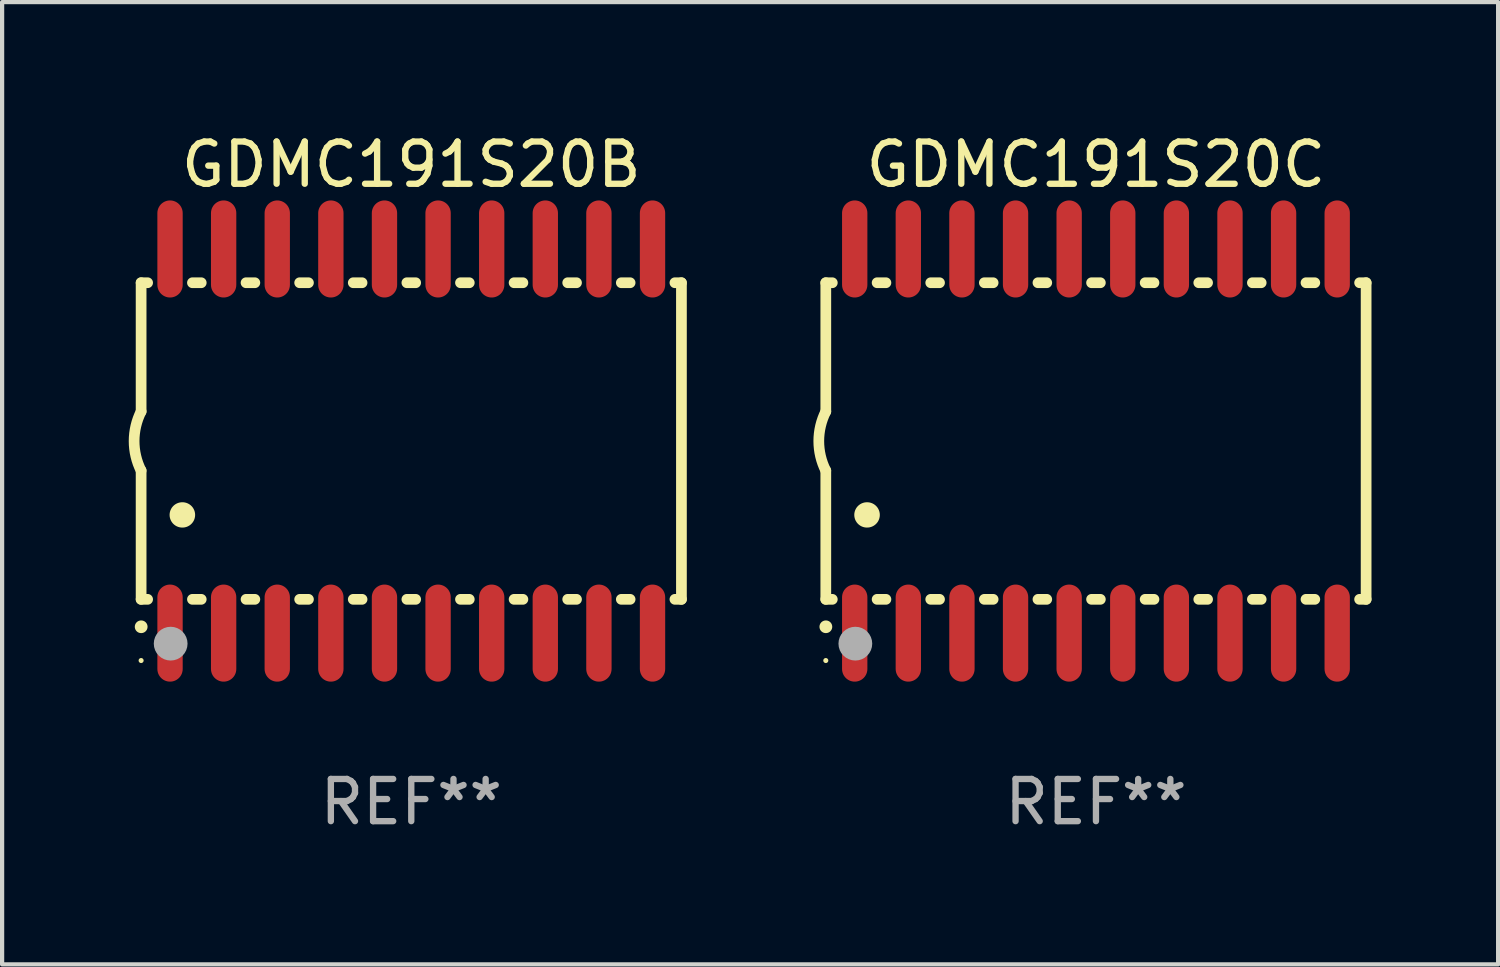
<source format=kicad_pcb>
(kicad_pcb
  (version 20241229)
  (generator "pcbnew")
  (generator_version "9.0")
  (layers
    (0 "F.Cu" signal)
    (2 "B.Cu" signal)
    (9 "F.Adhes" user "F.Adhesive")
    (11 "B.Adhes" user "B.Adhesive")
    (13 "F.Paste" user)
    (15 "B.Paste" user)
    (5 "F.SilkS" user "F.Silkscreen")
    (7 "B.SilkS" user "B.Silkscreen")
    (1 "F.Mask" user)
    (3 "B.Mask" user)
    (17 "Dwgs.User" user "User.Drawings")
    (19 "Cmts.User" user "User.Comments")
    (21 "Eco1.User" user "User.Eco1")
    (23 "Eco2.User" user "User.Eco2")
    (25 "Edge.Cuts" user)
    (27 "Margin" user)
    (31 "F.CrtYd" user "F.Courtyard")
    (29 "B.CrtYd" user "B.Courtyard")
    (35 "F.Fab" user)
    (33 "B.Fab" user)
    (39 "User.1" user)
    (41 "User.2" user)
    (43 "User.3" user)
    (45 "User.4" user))
  (footprint "GDMC191S20C"
    (layer "F.Cu")
    (at 22.913 7.398)
    (property "Reference" "GDMC191S20C" (at 0 -6.55 0) (layer "F.SilkS") (effects (font (size 1 1) (thickness 0.15))))
    (attr through_hole)
    (fp_line (start -6.4 -3.75) (end -6.4 -0.7) (stroke (width 0.254) (type solid)) (layer "F.SilkS"))
    (fp_line (start -6.4 -3.75) (end -6.246 -3.75) (stroke (width 0.254) (type solid)) (layer "F.SilkS"))
    (fp_line (start -6.4 3.75) (end -6.4 0.7) (stroke (width 0.254) (type solid)) (layer "F.SilkS"))
    (fp_line (start -6.246 3.75) (end -6.4 3.75) (stroke (width 0.254) (type solid)) (layer "F.SilkS"))
    (fp_line (start -5.184 -3.75) (end -4.976 -3.75) (stroke (width 0.254) (type solid)) (layer "F.SilkS"))
    (fp_line (start -4.976 3.75) (end -5.184 3.75) (stroke (width 0.254) (type solid)) (layer "F.SilkS"))
    (fp_line (start -3.914 -3.75) (end -3.706 -3.75) (stroke (width 0.254) (type solid)) (layer "F.SilkS"))
    (fp_line (start -3.706 3.75) (end -3.914 3.75) (stroke (width 0.254) (type solid)) (layer "F.SilkS"))
    (fp_line (start -2.644 -3.75) (end -2.436 -3.75) (stroke (width 0.254) (type solid)) (layer "F.SilkS"))
    (fp_line (start -2.436 3.75) (end -2.644 3.75) (stroke (width 0.254) (type solid)) (layer "F.SilkS"))
    (fp_line (start -1.374 -3.75) (end -1.166 -3.75) (stroke (width 0.254) (type solid)) (layer "F.SilkS"))
    (fp_line (start -1.166 3.75) (end -1.374 3.75) (stroke (width 0.254) (type solid)) (layer "F.SilkS"))
    (fp_line (start -0.104 -3.75) (end 0.104 -3.75) (stroke (width 0.254) (type solid)) (layer "F.SilkS"))
    (fp_line (start 0.104 3.75) (end -0.104 3.75) (stroke (width 0.254) (type solid)) (layer "F.SilkS"))
    (fp_line (start 1.166 -3.75) (end 1.374 -3.75) (stroke (width 0.254) (type solid)) (layer "F.SilkS"))
    (fp_line (start 1.374 3.75) (end 1.166 3.75) (stroke (width 0.254) (type solid)) (layer "F.SilkS"))
    (fp_line (start 2.436 -3.75) (end 2.644 -3.75) (stroke (width 0.254) (type solid)) (layer "F.SilkS"))
    (fp_line (start 2.644 3.75) (end 2.436 3.75) (stroke (width 0.254) (type solid)) (layer "F.SilkS"))
    (fp_line (start 3.706 -3.75) (end 3.914 -3.75) (stroke (width 0.254) (type solid)) (layer "F.SilkS"))
    (fp_line (start 3.914 3.75) (end 3.706 3.75) (stroke (width 0.254) (type solid)) (layer "F.SilkS"))
    (fp_line (start 4.976 -3.75) (end 5.184 -3.75) (stroke (width 0.254) (type solid)) (layer "F.SilkS"))
    (fp_line (start 5.184 3.75) (end 4.976 3.75) (stroke (width 0.254) (type solid)) (layer "F.SilkS"))
    (fp_line (start 6.246 -3.75) (end 6.4 -3.75) (stroke (width 0.254) (type solid)) (layer "F.SilkS"))
    (fp_line (start 6.4 -3.75) (end 6.4 3.75) (stroke (width 0.254) (type solid)) (layer "F.SilkS"))
    (fp_line (start 6.4 3.75) (end 6.246 3.75) (stroke (width 0.254) (type solid)) (layer "F.SilkS"))
    (fp_arc (start -6.400812 0.701041) (mid -6.565912 0.000428) (end -6.400025 -0.7) (stroke (width 0.254001) (type solid)) (layer "F.SilkS"))
    (fp_arc (start -6.400025 4.4) (mid -6.398755 4.399995) (end -6.397485 4.4) (stroke (width 0.3) (type solid)) (layer "F.SilkS"))
    (fp_arc (start -5.425451 1.750064) (mid -5.422911 1.750053) (end -5.420371 1.750064) (stroke (width 0.6) (type solid)) (layer "F.SilkS"))
    (fp_circle (center -6.4 5.2) (end -6.37 5.2) (stroke (width 0.06) (type solid)) (fill no) (layer "F.SilkS"))
    (fp_circle (center -5.7 4.8) (end -5.5 4.8) (stroke (width 0.4) (type solid)) (fill no) (layer "F.Fab"))
    (fp_text user "REF**" (at 0 8.55 0) (layer "F.Fab") (effects (font (size 1 1) (thickness 0.15))))
    (pad "1" smd oval (at -5.715 4.55 180) (size 0.6 2.3) (layers "F.Cu" "F.Mask" "F.Paste"))
    (pad "2" smd oval (at -4.445 4.55 180) (size 0.6 2.3) (layers "F.Cu" "F.Mask" "F.Paste"))
    (pad "3" smd oval (at -3.175 4.55 180) (size 0.6 2.3) (layers "F.Cu" "F.Mask" "F.Paste"))
    (pad "4" smd oval (at -1.905 4.55 180) (size 0.6 2.3) (layers "F.Cu" "F.Mask" "F.Paste"))
    (pad "5" smd oval (at -0.635 4.55 180) (size 0.6 2.3) (layers "F.Cu" "F.Mask" "F.Paste"))
    (pad "6" smd oval (at 0.635 4.55 180) (size 0.6 2.3) (layers "F.Cu" "F.Mask" "F.Paste"))
    (pad "7" smd oval (at 1.905 4.55 180) (size 0.6 2.3) (layers "F.Cu" "F.Mask" "F.Paste"))
    (pad "8" smd oval (at 3.175 4.55 180) (size 0.6 2.3) (layers "F.Cu" "F.Mask" "F.Paste"))
    (pad "9" smd oval (at 4.445 4.55 180) (size 0.6 2.3) (layers "F.Cu" "F.Mask" "F.Paste"))
    (pad "10" smd oval (at 5.715 4.55 180) (size 0.6 2.3) (layers "F.Cu" "F.Mask" "F.Paste"))
    (pad "11" smd oval (at 5.715 -4.55 180) (size 0.6 2.3) (layers "F.Cu" "F.Mask" "F.Paste"))
    (pad "12" smd oval (at 4.445 -4.55 180) (size 0.6 2.3) (layers "F.Cu" "F.Mask" "F.Paste"))
    (pad "13" smd oval (at 3.175 -4.55 180) (size 0.6 2.3) (layers "F.Cu" "F.Mask" "F.Paste"))
    (pad "14" smd oval (at 1.905 -4.55 180) (size 0.6 2.3) (layers "F.Cu" "F.Mask" "F.Paste"))
    (pad "15" smd oval (at 0.635 -4.55 180) (size 0.6 2.3) (layers "F.Cu" "F.Mask" "F.Paste"))
    (pad "16" smd oval (at -0.635 -4.55 180) (size 0.6 2.3) (layers "F.Cu" "F.Mask" "F.Paste"))
    (pad "17" smd oval (at -1.905 -4.55 180) (size 0.6 2.3) (layers "F.Cu" "F.Mask" "F.Paste"))
    (pad "18" smd oval (at -3.175 -4.55 180) (size 0.6 2.3) (layers "F.Cu" "F.Mask" "F.Paste"))
    (pad "19" smd oval (at -4.445 -4.55 180) (size 0.6 2.3) (layers "F.Cu" "F.Mask" "F.Paste"))
    (pad "20" smd oval (at -5.715 -4.55 180) (size 0.6 2.3) (layers "F.Cu" "F.Mask" "F.Paste")))
  (footprint "GDMC191S20B"
    (layer "F.Cu")
    (at 6.693 7.398)
    (property "Reference" "GDMC191S20B" (at 0 -6.55 0) (layer "F.SilkS") (effects (font (size 1 1) (thickness 0.15))))
    (attr through_hole)
    (fp_line (start -6.4 -3.75) (end -6.4 -0.7) (stroke (width 0.254) (type solid)) (layer "F.SilkS"))
    (fp_line (start -6.4 -3.75) (end -6.246 -3.75) (stroke (width 0.254) (type solid)) (layer "F.SilkS"))
    (fp_line (start -6.4 3.75) (end -6.4 0.7) (stroke (width 0.254) (type solid)) (layer "F.SilkS"))
    (fp_line (start -6.246 3.75) (end -6.4 3.75) (stroke (width 0.254) (type solid)) (layer "F.SilkS"))
    (fp_line (start -5.184 -3.75) (end -4.976 -3.75) (stroke (width 0.254) (type solid)) (layer "F.SilkS"))
    (fp_line (start -4.976 3.75) (end -5.184 3.75) (stroke (width 0.254) (type solid)) (layer "F.SilkS"))
    (fp_line (start -3.914 -3.75) (end -3.706 -3.75) (stroke (width 0.254) (type solid)) (layer "F.SilkS"))
    (fp_line (start -3.706 3.75) (end -3.914 3.75) (stroke (width 0.254) (type solid)) (layer "F.SilkS"))
    (fp_line (start -2.644 -3.75) (end -2.436 -3.75) (stroke (width 0.254) (type solid)) (layer "F.SilkS"))
    (fp_line (start -2.436 3.75) (end -2.644 3.75) (stroke (width 0.254) (type solid)) (layer "F.SilkS"))
    (fp_line (start -1.374 -3.75) (end -1.166 -3.75) (stroke (width 0.254) (type solid)) (layer "F.SilkS"))
    (fp_line (start -1.166 3.75) (end -1.374 3.75) (stroke (width 0.254) (type solid)) (layer "F.SilkS"))
    (fp_line (start -0.104 -3.75) (end 0.104 -3.75) (stroke (width 0.254) (type solid)) (layer "F.SilkS"))
    (fp_line (start 0.104 3.75) (end -0.104 3.75) (stroke (width 0.254) (type solid)) (layer "F.SilkS"))
    (fp_line (start 1.166 -3.75) (end 1.374 -3.75) (stroke (width 0.254) (type solid)) (layer "F.SilkS"))
    (fp_line (start 1.374 3.75) (end 1.166 3.75) (stroke (width 0.254) (type solid)) (layer "F.SilkS"))
    (fp_line (start 2.436 -3.75) (end 2.644 -3.75) (stroke (width 0.254) (type solid)) (layer "F.SilkS"))
    (fp_line (start 2.644 3.75) (end 2.436 3.75) (stroke (width 0.254) (type solid)) (layer "F.SilkS"))
    (fp_line (start 3.706 -3.75) (end 3.914 -3.75) (stroke (width 0.254) (type solid)) (layer "F.SilkS"))
    (fp_line (start 3.914 3.75) (end 3.706 3.75) (stroke (width 0.254) (type solid)) (layer "F.SilkS"))
    (fp_line (start 4.976 -3.75) (end 5.184 -3.75) (stroke (width 0.254) (type solid)) (layer "F.SilkS"))
    (fp_line (start 5.184 3.75) (end 4.976 3.75) (stroke (width 0.254) (type solid)) (layer "F.SilkS"))
    (fp_line (start 6.246 -3.75) (end 6.4 -3.75) (stroke (width 0.254) (type solid)) (layer "F.SilkS"))
    (fp_line (start 6.4 -3.75) (end 6.4 3.75) (stroke (width 0.254) (type solid)) (layer "F.SilkS"))
    (fp_line (start 6.4 3.75) (end 6.246 3.75) (stroke (width 0.254) (type solid)) (layer "F.SilkS"))
    (fp_arc (start -6.400812 0.701041) (mid -6.565912 0.000428) (end -6.400025 -0.7) (stroke (width 0.254001) (type solid)) (layer "F.SilkS"))
    (fp_arc (start -6.400025 4.4) (mid -6.398755 4.399995) (end -6.397485 4.4) (stroke (width 0.3) (type solid)) (layer "F.SilkS"))
    (fp_arc (start -5.425451 1.750064) (mid -5.422911 1.750053) (end -5.420371 1.750064) (stroke (width 0.6) (type solid)) (layer "F.SilkS"))
    (fp_circle (center -6.4 5.2) (end -6.37 5.2) (stroke (width 0.06) (type solid)) (fill no) (layer "F.SilkS"))
    (fp_circle (center -5.7 4.8) (end -5.5 4.8) (stroke (width 0.4) (type solid)) (fill no) (layer "F.Fab"))
    (fp_text user "REF**" (at 0 8.55 0) (layer "F.Fab") (effects (font (size 1 1) (thickness 0.15))))
    (pad "1" smd oval (at -5.715 4.55 180) (size 0.6 2.3) (layers "F.Cu" "F.Mask" "F.Paste"))
    (pad "2" smd oval (at -4.445 4.55 180) (size 0.6 2.3) (layers "F.Cu" "F.Mask" "F.Paste"))
    (pad "3" smd oval (at -3.175 4.55 180) (size 0.6 2.3) (layers "F.Cu" "F.Mask" "F.Paste"))
    (pad "4" smd oval (at -1.905 4.55 180) (size 0.6 2.3) (layers "F.Cu" "F.Mask" "F.Paste"))
    (pad "5" smd oval (at -0.635 4.55 180) (size 0.6 2.3) (layers "F.Cu" "F.Mask" "F.Paste"))
    (pad "6" smd oval (at 0.635 4.55 180) (size 0.6 2.3) (layers "F.Cu" "F.Mask" "F.Paste"))
    (pad "7" smd oval (at 1.905 4.55 180) (size 0.6 2.3) (layers "F.Cu" "F.Mask" "F.Paste"))
    (pad "8" smd oval (at 3.175 4.55 180) (size 0.6 2.3) (layers "F.Cu" "F.Mask" "F.Paste"))
    (pad "9" smd oval (at 4.445 4.55 180) (size 0.6 2.3) (layers "F.Cu" "F.Mask" "F.Paste"))
    (pad "10" smd oval (at 5.715 4.55 180) (size 0.6 2.3) (layers "F.Cu" "F.Mask" "F.Paste"))
    (pad "11" smd oval (at 5.715 -4.55 180) (size 0.6 2.3) (layers "F.Cu" "F.Mask" "F.Paste"))
    (pad "12" smd oval (at 4.445 -4.55 180) (size 0.6 2.3) (layers "F.Cu" "F.Mask" "F.Paste"))
    (pad "13" smd oval (at 3.175 -4.55 180) (size 0.6 2.3) (layers "F.Cu" "F.Mask" "F.Paste"))
    (pad "14" smd oval (at 1.905 -4.55 180) (size 0.6 2.3) (layers "F.Cu" "F.Mask" "F.Paste"))
    (pad "15" smd oval (at 0.635 -4.55 180) (size 0.6 2.3) (layers "F.Cu" "F.Mask" "F.Paste"))
    (pad "16" smd oval (at -0.635 -4.55 180) (size 0.6 2.3) (layers "F.Cu" "F.Mask" "F.Paste"))
    (pad "17" smd oval (at -1.905 -4.55 180) (size 0.6 2.3) (layers "F.Cu" "F.Mask" "F.Paste"))
    (pad "18" smd oval (at -3.175 -4.55 180) (size 0.6 2.3) (layers "F.Cu" "F.Mask" "F.Paste"))
    (pad "19" smd oval (at -4.445 -4.55 180) (size 0.6 2.3) (layers "F.Cu" "F.Mask" "F.Paste"))
    (pad "20" smd oval (at -5.715 -4.55 180) (size 0.6 2.3) (layers "F.Cu" "F.Mask" "F.Paste")))
  (gr_rect
    (start -3 -3)
    (end 32.44 19.796)
    (stroke (width 0.1) (type default))
    (fill no)
    (layer "Edge.Cuts")))
</source>
